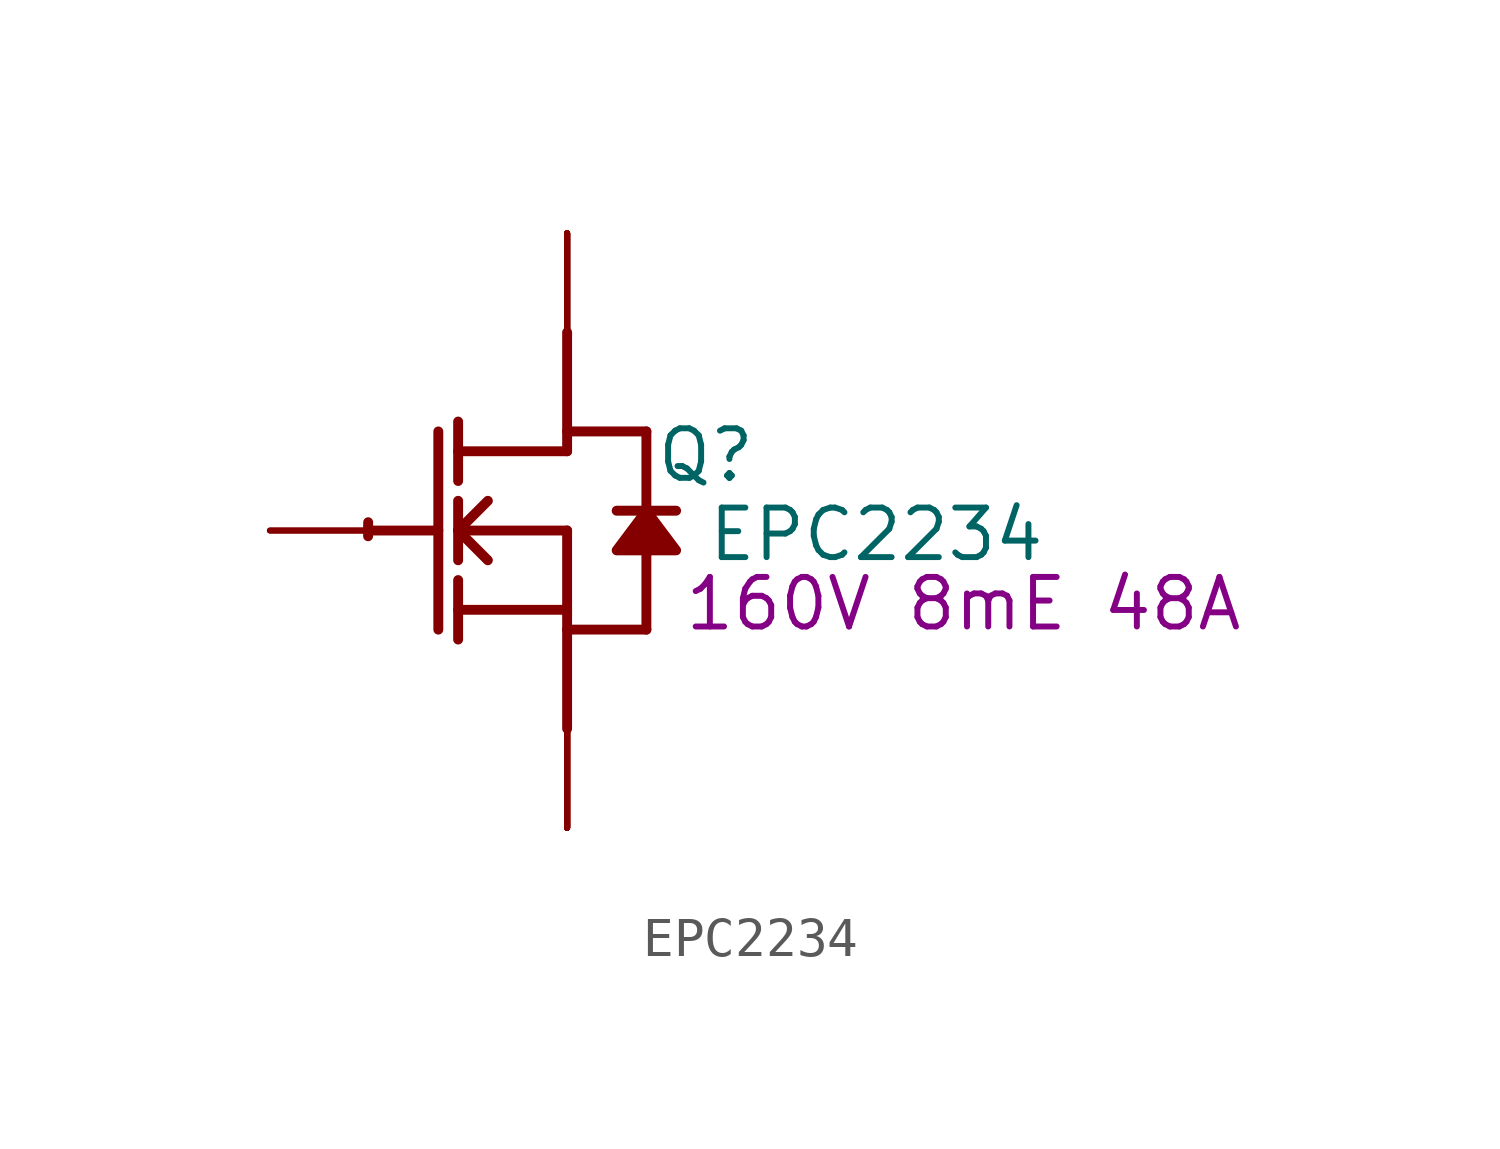
<source format=kicad_sym>
(kicad_symbol_lib
  (version 20220914)
  (generator kicad_symbol_editor)
  (symbol "EPC2234"
    (property "Reference" "Q"
      (at 3.556 1.93 0)
      (effects (font (size 1.27 1.27))))
    (property "Value" "EPC2234"
      (at 7.925 -0.102 0)
      (effects (font (size 1.27 1.27))))
    (property "Description" "160V 8mE 48A"
      (at 10.16 -1.88 0)
      (effects (font (size 1.27 1.27))))
    (symbol "EPC2234_1_0"
      (arc (start -5.0996 0.2128) (mid -5.1039 0.0331) (end -5.1019 -0.1467) (stroke (width 0.254) (type solid)) (fill (type none)))
      (polyline (pts (xy -5.08 0) (xy -3.302 0)) (stroke (width 0.254) (type solid)) (fill (type none)))
      (polyline (pts (xy -3.302 2.54) (xy -3.302 -2.54)) (stroke (width 0.254) (type solid)) (fill (type none)))
      (polyline (pts (xy -2.794 -2.794) (xy -2.794 -1.27)) (stroke (width 0.254) (type solid)) (fill (type none)))
      (polyline (pts (xy -2.794 -2.032) (xy 0 -2.032)) (stroke (width 0.254) (type solid)) (fill (type none)))
      (polyline (pts (xy -2.794 -0.762) (xy -2.794 0.762)) (stroke (width 0.254) (type solid)) (fill (type none)))
      (polyline (pts (xy -2.794 0) (xy -2.032 0.762)) (stroke (width 0.254) (type solid)) (fill (type none)))
      (polyline (pts (xy -2.794 0) (xy 0 0)) (stroke (width 0.254) (type solid)) (fill (type none)))
      (polyline (pts (xy -2.794 1.27) (xy -2.794 2.794)) (stroke (width 0.254) (type solid)) (fill (type none)))
      (polyline (pts (xy -2.032 -0.762) (xy -2.794 0)) (stroke (width 0.254) (type solid)) (fill (type none)))
      (polyline (pts (xy 0 -2.54) (xy 2.032 -2.54)) (stroke (width 0.254) (type solid)) (fill (type none)))
      (polyline (pts (xy 0 0) (xy 0 -5.08)) (stroke (width 0.254) (type solid)) (fill (type none)))
      (polyline (pts (xy 0 2.032) (xy -2.794 2.032)) (stroke (width 0.254) (type solid)) (fill (type none)))
      (polyline (pts (xy 0 2.032) (xy 0 5.08)) (stroke (width 0.254) (type solid)) (fill (type none)))
      (polyline (pts (xy 0 2.54) (xy 2.032 2.54)) (stroke (width 0.254) (type solid)) (fill (type none)))
      (polyline (pts (xy 2.032 -0.508) (xy 2.032 -2.54)) (stroke (width 0.254) (type solid)) (fill (type none)))
      (polyline (pts (xy 2.032 2.54) (xy 2.032 0.508)) (stroke (width 0.254) (type solid)) (fill (type none)))
      (polyline (pts (xy 2.794 0.508) (xy 1.27 0.508)) (stroke (width 0.254) (type solid)) (fill (type none)))
      (polyline (pts (xy 2.032 0.508) (xy 1.27 -0.508) (xy 2.794 -0.508) (xy 2.032 0.508)) (stroke (width 0.254) (type solid)) (fill (type outline)))
      (pin passive line (at -7.62 0 0) (length 2.54) (name "G" (effects (font (size 0 0)))) (number "1" (effects (font (size 0 0)))))
      (pin open_emitter line (at 0 -7.62 90) (length 2.54) (name "S3" (effects (font (size 0 0)))) (number "10" (effects (font (size 0 0)))))
      (pin open_emitter line (at 0 -7.62 90) (length 2.54) (name "S4" (effects (font (size 0 0)))) (number "11" (effects (font (size 0 0)))))
      (pin open_emitter line (at 0 -7.62 90) (length 2.54) (name "Sub" (effects (font (size 0 0)))) (number "12" (effects (font (size 0 0)))))
      (pin open_emitter line (at 0 -7.62 90) (length 2.54) (name "S5" (effects (font (size 0 0)))) (number "13" (effects (font (size 0 0)))))
      (pin open_emitter line (at 0 -7.62 90) (length 2.54) (name "S6" (effects (font (size 0 0)))) (number "14" (effects (font (size 0 0)))))
      (pin open_collector line (at 0 7.62 270) (length 2.54) (name "D6" (effects (font (size 0 0)))) (number "15" (effects (font (size 0 0)))))
      (pin open_collector line (at 0 7.62 270) (length 2.54) (name "D7" (effects (font (size 0 0)))) (number "16" (effects (font (size 0 0)))))
      (pin open_collector line (at 0 7.62 270) (length 2.54) (name "D8" (effects (font (size 0 0)))) (number "17" (effects (font (size 0 0)))))
      (pin open_collector line (at 0 7.62 270) (length 2.54) (name "D9" (effects (font (size 0 0)))) (number "18" (effects (font (size 0 0)))))
      (pin open_collector line (at 0 7.62 270) (length 2.54) (name "D10" (effects (font (size 0 0)))) (number "19" (effects (font (size 0 0)))))
      (pin passive line (at -7.62 0 0) (length 2.54) (name "G" (effects (font (size 0 0)))) (number "2" (effects (font (size 0 0)))))
      (pin open_emitter line (at 0 -7.62 90) (length 2.54) (name "S7" (effects (font (size 0 0)))) (number "20" (effects (font (size 0 0)))))
      (pin open_emitter line (at 0 -7.62 90) (length 2.54) (name "S8" (effects (font (size 0 0)))) (number "21" (effects (font (size 0 0)))))
      (pin open_emitter line (at 0 -7.62 90) (length 2.54) (name "S9" (effects (font (size 0 0)))) (number "22" (effects (font (size 0 0)))))
      (pin open_emitter line (at 0 -7.62 90) (length 2.54) (name "S10" (effects (font (size 0 0)))) (number "23" (effects (font (size 0 0)))))
      (pin open_emitter line (at 0 -7.62 90) (length 2.54) (name "S11" (effects (font (size 0 0)))) (number "24" (effects (font (size 0 0)))))
      (pin open_emitter line (at 0 -7.62 90) (length 2.54) (name "S1" (effects (font (size 0 0)))) (number "3" (effects (font (size 0 0)))))
      (pin open_emitter line (at 0 -7.62 90) (length 2.54) (name "S2" (effects (font (size 0 0)))) (number "4" (effects (font (size 0 0)))))
      (pin open_collector line (at 0 7.62 270) (length 2.54) (name "D1" (effects (font (size 0 0)))) (number "5" (effects (font (size 0 0)))))
      (pin open_collector line (at 0 7.62 270) (length 2.54) (name "D2" (effects (font (size 0 0)))) (number "6" (effects (font (size 0 0)))))
      (pin open_collector line (at 0 7.62 270) (length 2.54) (name "D3" (effects (font (size 0 0)))) (number "7" (effects (font (size 0 0)))))
      (pin open_collector line (at 0 7.62 270) (length 2.54) (name "D4" (effects (font (size 0 0)))) (number "8" (effects (font (size 0 0)))))
      (pin open_collector line (at 0 7.62 270) (length 2.54) (name "D5" (effects (font (size 0 0)))) (number "9" (effects (font (size 0 0))))))))
</source>
